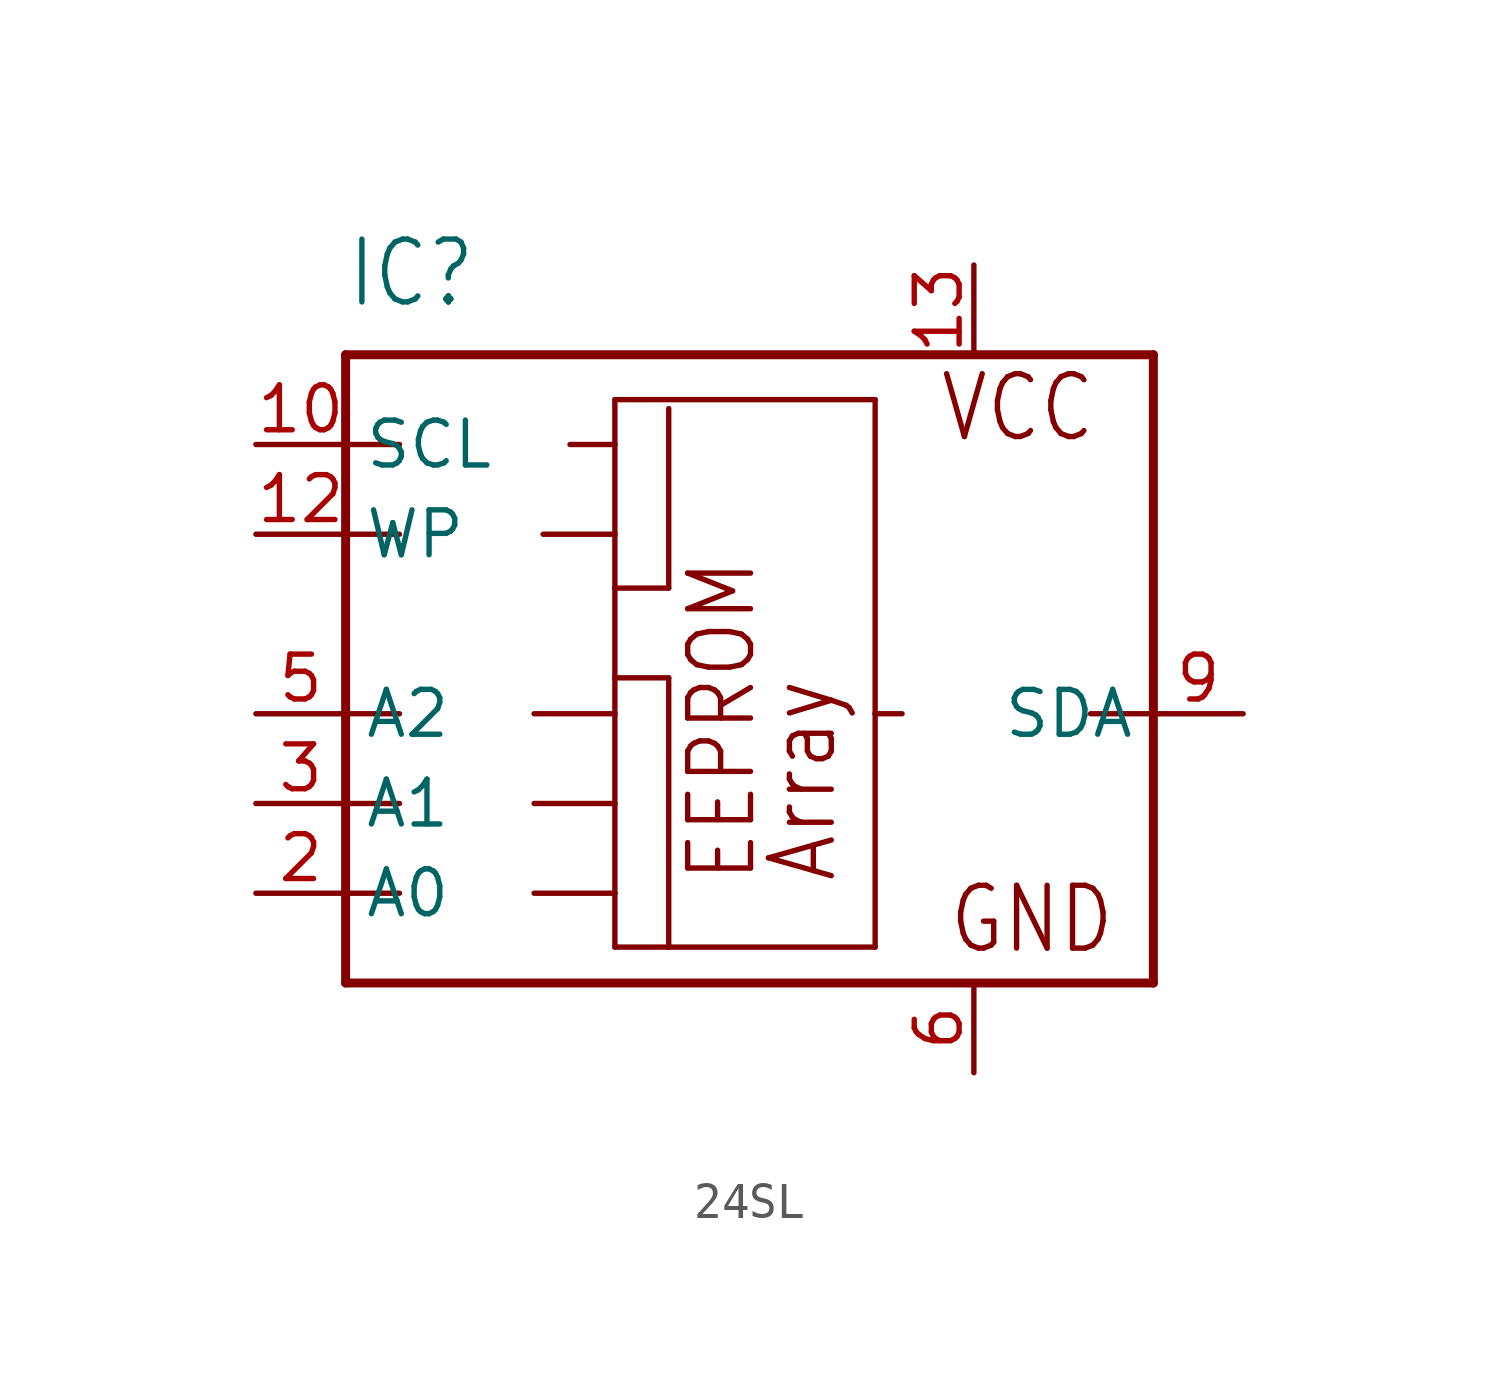
<source format=kicad_sym>
(kicad_symbol_lib
  (version 20220914)
  (generator kicad_symbol_editor)
  (symbol "24SL"
    (property "Reference" "IC"
      (at -10.16 11.43 0)
      (effects (font (size 1.778 1.511)) (justify left bottom)))
    (property "Value" ""
      (at -10.16 -10.16 0)
      (effects (font (size 1.778 1.511)) (justify left bottom)))
    (property "ki_locked" ""
      (at 0 0 0)
      (effects (font (size 1.27 1.27))))
    (symbol "24SL_1_0"
      (polyline (pts (xy -10.16 -7.62) (xy -10.16 -5.08)) (stroke (width 0.254) (type solid)) (fill (type none)))
      (polyline (pts (xy -10.16 -5.08) (xy -10.16 -2.54)) (stroke (width 0.254) (type solid)) (fill (type none)))
      (polyline (pts (xy -10.16 -5.08) (xy -8.636 -5.08)) (stroke (width 0.152) (type solid)) (fill (type none)))
      (polyline (pts (xy -10.16 -2.54) (xy -10.16 0)) (stroke (width 0.254) (type solid)) (fill (type none)))
      (polyline (pts (xy -10.16 -2.54) (xy -8.636 -2.54)) (stroke (width 0.152) (type solid)) (fill (type none)))
      (polyline (pts (xy -10.16 0) (xy -10.16 5.08)) (stroke (width 0.254) (type solid)) (fill (type none)))
      (polyline (pts (xy -10.16 0) (xy -8.636 0)) (stroke (width 0.152) (type solid)) (fill (type none)))
      (polyline (pts (xy -10.16 5.08) (xy -10.16 7.62)) (stroke (width 0.254) (type solid)) (fill (type none)))
      (polyline (pts (xy -10.16 5.08) (xy -8.636 5.08)) (stroke (width 0.152) (type solid)) (fill (type none)))
      (polyline (pts (xy -10.16 7.62) (xy -10.16 10.16)) (stroke (width 0.254) (type solid)) (fill (type none)))
      (polyline (pts (xy -10.16 7.62) (xy -8.636 7.62)) (stroke (width 0.152) (type solid)) (fill (type none)))
      (polyline (pts (xy -10.16 10.16) (xy 12.7 10.16)) (stroke (width 0.254) (type solid)) (fill (type none)))
      (polyline (pts (xy -4.826 -5.08) (xy -2.54 -5.08)) (stroke (width 0.152) (type solid)) (fill (type none)))
      (polyline (pts (xy -4.826 -2.54) (xy -2.54 -2.54)) (stroke (width 0.152) (type solid)) (fill (type none)))
      (polyline (pts (xy -4.826 0) (xy -2.54 0)) (stroke (width 0.152) (type solid)) (fill (type none)))
      (polyline (pts (xy -4.572 5.08) (xy -2.54 5.08)) (stroke (width 0.152) (type solid)) (fill (type none)))
      (polyline (pts (xy -3.81 7.62) (xy -2.54 7.62)) (stroke (width 0.152) (type solid)) (fill (type none)))
      (polyline (pts (xy -2.54 -6.604) (xy -2.54 -5.08)) (stroke (width 0.152) (type solid)) (fill (type none)))
      (polyline (pts (xy -2.54 -5.08) (xy -2.54 -2.54)) (stroke (width 0.152) (type solid)) (fill (type none)))
      (polyline (pts (xy -2.54 -2.54) (xy -2.54 0)) (stroke (width 0.152) (type solid)) (fill (type none)))
      (polyline (pts (xy -2.54 0) (xy -2.54 1.016)) (stroke (width 0.152) (type solid)) (fill (type none)))
      (polyline (pts (xy -2.54 1.016) (xy -2.54 3.556)) (stroke (width 0.152) (type solid)) (fill (type none)))
      (polyline (pts (xy -2.54 1.016) (xy -1.016 1.016)) (stroke (width 0.152) (type solid)) (fill (type none)))
      (polyline (pts (xy -2.54 3.556) (xy -2.54 5.08)) (stroke (width 0.152) (type solid)) (fill (type none)))
      (polyline (pts (xy -2.54 3.556) (xy -1.016 3.556)) (stroke (width 0.152) (type solid)) (fill (type none)))
      (polyline (pts (xy -2.54 5.08) (xy -2.54 7.62)) (stroke (width 0.152) (type solid)) (fill (type none)))
      (polyline (pts (xy -2.54 7.62) (xy -2.54 8.89)) (stroke (width 0.152) (type solid)) (fill (type none)))
      (polyline (pts (xy -2.54 8.89) (xy 4.826 8.89)) (stroke (width 0.152) (type solid)) (fill (type none)))
      (polyline (pts (xy -1.016 -6.604) (xy -2.54 -6.604)) (stroke (width 0.152) (type solid)) (fill (type none)))
      (polyline (pts (xy -1.016 1.016) (xy -1.016 -6.604)) (stroke (width 0.152) (type solid)) (fill (type none)))
      (polyline (pts (xy -1.016 8.636) (xy -1.016 3.556)) (stroke (width 0.152) (type solid)) (fill (type none)))
      (polyline (pts (xy 4.826 -6.604) (xy -1.016 -6.604)) (stroke (width 0.152) (type solid)) (fill (type none)))
      (polyline (pts (xy 4.826 0) (xy 4.826 -6.604)) (stroke (width 0.152) (type solid)) (fill (type none)))
      (polyline (pts (xy 4.826 8.89) (xy 4.826 0)) (stroke (width 0.152) (type solid)) (fill (type none)))
      (polyline (pts (xy 5.588 0) (xy 4.826 0)) (stroke (width 0.152) (type solid)) (fill (type none)))
      (polyline (pts (xy 12.7 -7.62) (xy -10.16 -7.62)) (stroke (width 0.254) (type solid)) (fill (type none)))
      (polyline (pts (xy 12.7 0) (xy 10.922 0)) (stroke (width 0.152) (type solid)) (fill (type none)))
      (polyline (pts (xy 12.7 0) (xy 12.7 -7.62)) (stroke (width 0.254) (type solid)) (fill (type none)))
      (polyline (pts (xy 12.7 10.16) (xy 12.7 0)) (stroke (width 0.254) (type solid)) (fill (type none)))
      (text "Array" (at 3.81 -4.826 900) (effects (font (size 1.778 1.511)) (justify left bottom)))
      (text "EEPROM" (at 1.524 -4.826 900) (effects (font (size 1.778 1.511)) (justify left bottom)))
      (text "GND" (at 6.858 -6.858 0) (effects (font (size 1.778 1.511)) (justify left bottom)))
      (text "VCC" (at 6.604 7.62 0) (effects (font (size 1.778 1.511)) (justify left bottom)))
      (pin input line (at -12.7 7.62 0) (length 2.54) (name "SCL" (effects (font (size 1.27 1.27)))) (number "10" (effects (font (size 1.27 1.27)))))
      (pin input line (at -12.7 5.08 0) (length 2.54) (name "WP" (effects (font (size 1.27 1.27)))) (number "12" (effects (font (size 1.27 1.27)))))
      (pin power_in line (at 7.62 12.7 270) (length 2.54) (name "VCC" (effects (font (size 0 0)))) (number "13" (effects (font (size 1.27 1.27)))))
      (pin input line (at -12.7 -5.08 0) (length 2.54) (name "A0" (effects (font (size 1.27 1.27)))) (number "2" (effects (font (size 1.27 1.27)))))
      (pin input line (at -12.7 -2.54 0) (length 2.54) (name "A1" (effects (font (size 1.27 1.27)))) (number "3" (effects (font (size 1.27 1.27)))))
      (pin input line (at -12.7 0 0) (length 2.54) (name "A2" (effects (font (size 1.27 1.27)))) (number "5" (effects (font (size 1.27 1.27)))))
      (pin power_in line (at 7.62 -10.16 90) (length 2.54) (name "GND" (effects (font (size 0 0)))) (number "6" (effects (font (size 1.27 1.27)))))
      (pin bidirectional line (at 15.24 0 180) (length 2.54) (name "SDA" (effects (font (size 1.27 1.27)))) (number "9" (effects (font (size 1.27 1.27))))))))
</source>
